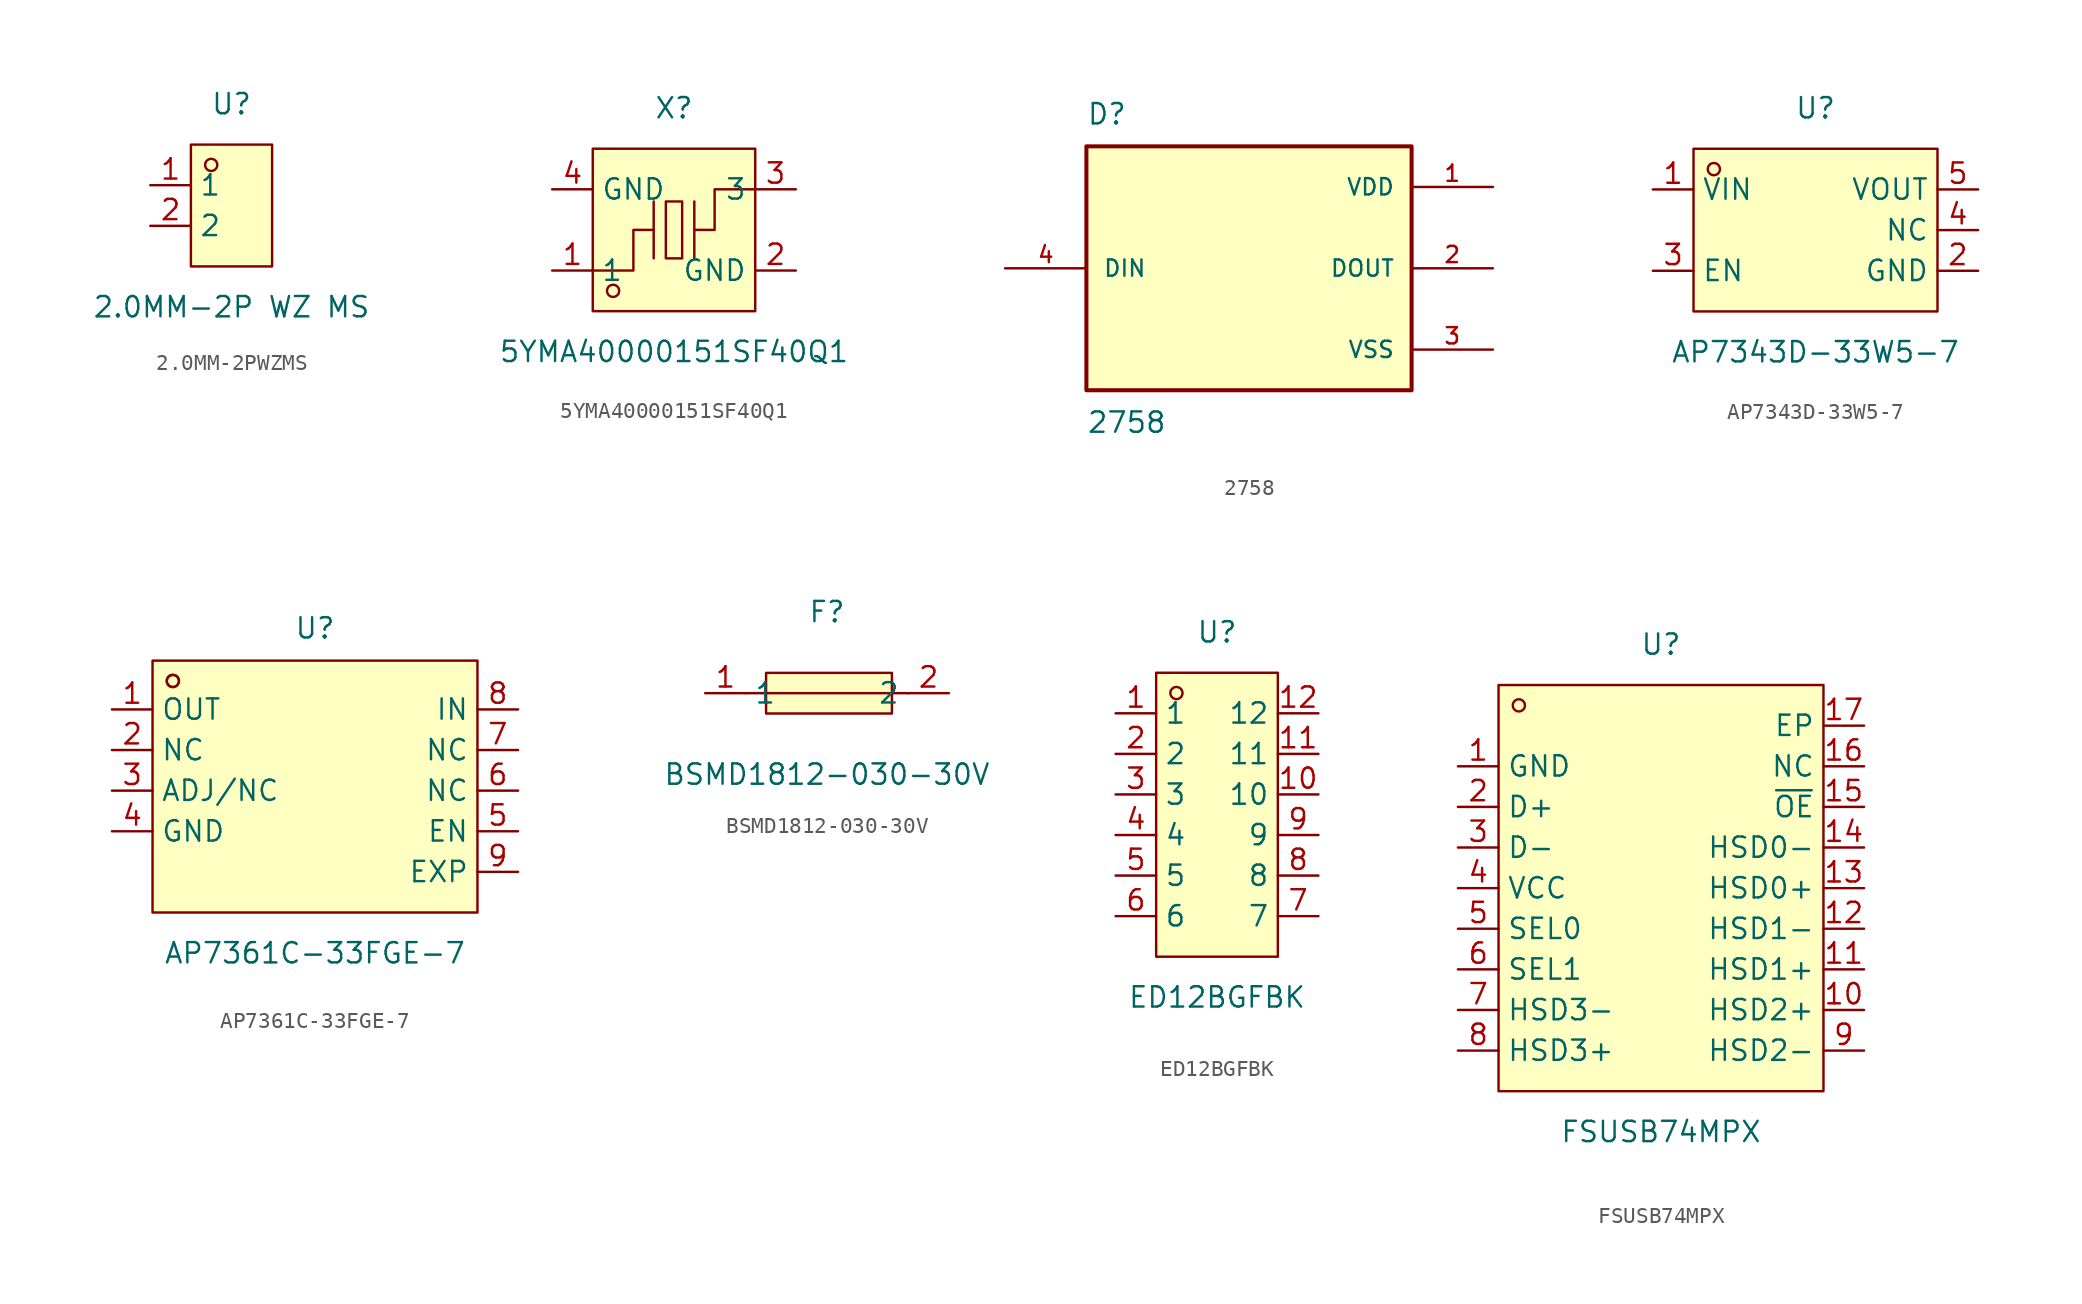
<source format=kicad_sym>
(kicad_symbol_lib
  (version 20220914)
  (generator https://github.com/uPesy/easyeda2kicad.py)
  (symbol "2.0MM-2PWZMS"
    (property "Reference" "U"
      (at 0 6.35 0)
      (effects (font (size 1.27 1.27))))
    (property "Value" "2.0MM-2P WZ MS"
      (at 0 -6.35 0)
      (effects (font (size 1.27 1.27))))
    (symbol "2.0MM-2PWZMS_0_1"
      (rectangle (start -2.54 3.81) (end 2.54 -3.81) (stroke (width 0) (type default)) (fill (type background)))
      (circle (center -1.27 2.54) (radius 0.38) (stroke (width 0) (type default)) (fill (type none)))
      (pin unspecified line (at -5.08 1.27 0) (length 2.54) (name "1" (effects (font (size 1.27 1.27)))) (number "1" (effects (font (size 1.27 1.27)))))
      (pin unspecified line (at -5.08 -1.27 0) (length 2.54) (name "2" (effects (font (size 1.27 1.27)))) (number "2" (effects (font (size 1.27 1.27)))))))
  (symbol "5YMA40000151SF40Q1"
    (property "Reference" "X"
      (at 0 7.62 0)
      (effects (font (size 1.27 1.27))))
    (property "Value" "5YMA40000151SF40Q1"
      (at 0 -7.62 0)
      (effects (font (size 1.27 1.27))))
    (symbol "5YMA40000151SF40Q1_0_1"
      (rectangle (start -5.08 5.08) (end 5.08 -5.08) (stroke (width 0) (type default)) (fill (type background)))
      (circle (center -3.81 -3.81) (radius 0.38) (stroke (width 0) (type default)) (fill (type none)))
      (rectangle (start -0.51 1.78) (end 0.51 -1.78) (stroke (width 0) (type default)) (fill (type background)))
      (polyline (pts (xy -1.27 -1.78) (xy -1.27 1.78)) (stroke (width 0) (type default)) (fill (type none)))
      (polyline (pts (xy 1.27 -1.78) (xy 1.27 1.78)) (stroke (width 0) (type default)) (fill (type none)))
      (polyline (pts (xy -5.08 -2.54) (xy -2.54 -2.54) (xy -2.54 0) (xy -1.27 0)) (stroke (width 0) (type default)) (fill (type none)))
      (polyline (pts (xy 5.08 2.54) (xy 2.54 2.54) (xy 2.54 0) (xy 1.27 0)) (stroke (width 0) (type default)) (fill (type none)))
      (pin input line (at -7.62 -2.54 0) (length 2.54) (name "1" (effects (font (size 1.27 1.27)))) (number "1" (effects (font (size 1.27 1.27)))))
      (pin input line (at 7.62 -2.54 180) (length 2.54) (name "GND" (effects (font (size 1.27 1.27)))) (number "2" (effects (font (size 1.27 1.27)))))
      (pin input line (at 7.62 2.54 180) (length 2.54) (name "3" (effects (font (size 1.27 1.27)))) (number "3" (effects (font (size 1.27 1.27)))))
      (pin input line (at -7.62 2.54 0) (length 2.54) (name "GND" (effects (font (size 1.27 1.27)))) (number "4" (effects (font (size 1.27 1.27)))))))
  (symbol "2758"
    (pin_names
      (offset 1.016))
    (property "Reference" "D"
      (at -10.162 8.892 0)
      (effects (font (size 1.27 1.27)) (justify left bottom)))
    (property "Value" "2758"
      (at -10.16 -8.89 0)
      (effects (font (size 1.27 1.27)) (justify left top)))
    (symbol "2758_0_0"
      (rectangle (start -10.16 -7.62) (end 10.16 7.62) (stroke (width 0.254) (type default)) (fill (type background)))
      (pin power_in line (at 15.24 5.08 180) (length 5.08) (name "VDD" (effects (font (size 1.016 1.016)))) (number "1" (effects (font (size 1.016 1.016)))))
      (pin output line (at 15.24 0 180) (length 5.08) (name "DOUT" (effects (font (size 1.016 1.016)))) (number "2" (effects (font (size 1.016 1.016)))))
      (pin power_in line (at 15.24 -5.08 180) (length 5.08) (name "VSS" (effects (font (size 1.016 1.016)))) (number "3" (effects (font (size 1.016 1.016)))))
      (pin input line (at -15.24 0 0) (length 5.08) (name "DIN" (effects (font (size 1.016 1.016)))) (number "4" (effects (font (size 1.016 1.016)))))))
  (symbol "AP7343D-33W5-7"
    (property "Reference" "U"
      (at 0 7.62 0)
      (effects (font (size 1.27 1.27))))
    (property "Value" "AP7343D-33W5-7"
      (at 0 -7.62 0)
      (effects (font (size 1.27 1.27))))
    (symbol "AP7343D-33W5-7_0_1"
      (rectangle (start -7.62 5.08) (end 7.62 -5.08) (stroke (width 0) (type default)) (fill (type background)))
      (circle (center -6.35 3.81) (radius 0.38) (stroke (width 0) (type default)) (fill (type none)))
      (pin unspecified line (at -10.16 2.54 0) (length 2.54) (name "VIN" (effects (font (size 1.27 1.27)))) (number "1" (effects (font (size 1.27 1.27)))))
      (pin unspecified line (at 10.16 -2.54 180) (length 2.54) (name "GND" (effects (font (size 1.27 1.27)))) (number "2" (effects (font (size 1.27 1.27)))))
      (pin unspecified line (at -10.16 -2.54 0) (length 2.54) (name "EN" (effects (font (size 1.27 1.27)))) (number "3" (effects (font (size 1.27 1.27)))))
      (pin unspecified line (at 10.16 0 180) (length 2.54) (name "NC" (effects (font (size 1.27 1.27)))) (number "4" (effects (font (size 1.27 1.27)))))
      (pin unspecified line (at 10.16 2.54 180) (length 2.54) (name "VOUT" (effects (font (size 1.27 1.27)))) (number "5" (effects (font (size 1.27 1.27)))))))
  (symbol "AP7361C-33FGE-7"
    (property "Reference" "U"
      (at 0 10.16 0)
      (effects (font (size 1.27 1.27))))
    (property "Value" "AP7361C-33FGE-7"
      (at 0 -10.16 0)
      (effects (font (size 1.27 1.27))))
    (symbol "AP7361C-33FGE-7_0_1"
      (rectangle (start -10.16 8.13) (end 10.16 -7.62) (stroke (width 0) (type default)) (fill (type background)))
      (circle (center -8.89 6.86) (radius 0.38) (stroke (width 0) (type default)) (fill (type none)))
      (circle (center -8.89 6.86) (radius 0.38) (stroke (width 0) (type default)) (fill (type none)))
      (pin unspecified line (at -12.7 5.08 0) (length 2.54) (name "OUT" (effects (font (size 1.27 1.27)))) (number "1" (effects (font (size 1.27 1.27)))))
      (pin unspecified line (at -12.7 2.54 0) (length 2.54) (name "NC" (effects (font (size 1.27 1.27)))) (number "2" (effects (font (size 1.27 1.27)))))
      (pin unspecified line (at -12.7 0 0) (length 2.54) (name "ADJ/NC" (effects (font (size 1.27 1.27)))) (number "3" (effects (font (size 1.27 1.27)))))
      (pin unspecified line (at -12.7 -2.54 0) (length 2.54) (name "GND" (effects (font (size 1.27 1.27)))) (number "4" (effects (font (size 1.27 1.27)))))
      (pin unspecified line (at 12.7 -2.54 180) (length 2.54) (name "EN" (effects (font (size 1.27 1.27)))) (number "5" (effects (font (size 1.27 1.27)))))
      (pin unspecified line (at 12.7 0 180) (length 2.54) (name "NC" (effects (font (size 1.27 1.27)))) (number "6" (effects (font (size 1.27 1.27)))))
      (pin unspecified line (at 12.7 2.54 180) (length 2.54) (name "NC" (effects (font (size 1.27 1.27)))) (number "7" (effects (font (size 1.27 1.27)))))
      (pin unspecified line (at 12.7 5.08 180) (length 2.54) (name "IN" (effects (font (size 1.27 1.27)))) (number "8" (effects (font (size 1.27 1.27)))))
      (pin unspecified line (at 12.7 -5.08 180) (length 2.54) (name "EXP" (effects (font (size 1.27 1.27)))) (number "9" (effects (font (size 1.27 1.27)))))))
  (symbol "BSMD1812-030-30V"
    (property "Reference" "F"
      (at 0 5.08 0)
      (effects (font (size 1.27 1.27))))
    (property "Value" "BSMD1812-030-30V"
      (at 0 -5.08 0)
      (effects (font (size 1.27 1.27))))
    (symbol "BSMD1812-030-30V_0_1"
      (rectangle (start -3.81 1.27) (end 4.06 -1.27) (stroke (width 0) (type default)) (fill (type background)))
      (polyline (pts (xy -5.08 0) (xy 5.08 0)) (stroke (width 0) (type default)) (fill (type none)))
      (pin unspecified line (at -7.62 0 0) (length 2.54) (name "1" (effects (font (size 1.27 1.27)))) (number "1" (effects (font (size 1.27 1.27)))))
      (pin unspecified line (at 7.62 0 180) (length 2.54) (name "2" (effects (font (size 1.27 1.27)))) (number "2" (effects (font (size 1.27 1.27)))))))
  (symbol "ED12BGFBK"
    (property "Reference" "U"
      (at 0 11.43 0)
      (effects (font (size 1.27 1.27))))
    (property "Value" "ED12BGFBK"
      (at 0 -11.43 0)
      (effects (font (size 1.27 1.27))))
    (symbol "ED12BGFBK_0_1"
      (rectangle (start -3.81 8.89) (end 3.81 -8.89) (stroke (width 0) (type default)) (fill (type background)))
      (circle (center -2.54 7.62) (radius 0.38) (stroke (width 0) (type default)) (fill (type none)))
      (pin unspecified line (at -6.35 6.35 0) (length 2.54) (name "1" (effects (font (size 1.27 1.27)))) (number "1" (effects (font (size 1.27 1.27)))))
      (pin unspecified line (at 6.35 1.27 180) (length 2.54) (name "10" (effects (font (size 1.27 1.27)))) (number "10" (effects (font (size 1.27 1.27)))))
      (pin unspecified line (at 6.35 3.81 180) (length 2.54) (name "11" (effects (font (size 1.27 1.27)))) (number "11" (effects (font (size 1.27 1.27)))))
      (pin unspecified line (at 6.35 6.35 180) (length 2.54) (name "12" (effects (font (size 1.27 1.27)))) (number "12" (effects (font (size 1.27 1.27)))))
      (pin unspecified line (at -6.35 3.81 0) (length 2.54) (name "2" (effects (font (size 1.27 1.27)))) (number "2" (effects (font (size 1.27 1.27)))))
      (pin unspecified line (at -6.35 1.27 0) (length 2.54) (name "3" (effects (font (size 1.27 1.27)))) (number "3" (effects (font (size 1.27 1.27)))))
      (pin unspecified line (at -6.35 -1.27 0) (length 2.54) (name "4" (effects (font (size 1.27 1.27)))) (number "4" (effects (font (size 1.27 1.27)))))
      (pin unspecified line (at -6.35 -3.81 0) (length 2.54) (name "5" (effects (font (size 1.27 1.27)))) (number "5" (effects (font (size 1.27 1.27)))))
      (pin unspecified line (at -6.35 -6.35 0) (length 2.54) (name "6" (effects (font (size 1.27 1.27)))) (number "6" (effects (font (size 1.27 1.27)))))
      (pin unspecified line (at 6.35 -6.35 180) (length 2.54) (name "7" (effects (font (size 1.27 1.27)))) (number "7" (effects (font (size 1.27 1.27)))))
      (pin unspecified line (at 6.35 -3.81 180) (length 2.54) (name "8" (effects (font (size 1.27 1.27)))) (number "8" (effects (font (size 1.27 1.27)))))
      (pin unspecified line (at 6.35 -1.27 180) (length 2.54) (name "9" (effects (font (size 1.27 1.27)))) (number "9" (effects (font (size 1.27 1.27)))))))
  (symbol "FSUSB74MPX"
    (property "Reference" "U"
      (at 0 15.24 0)
      (effects (font (size 1.27 1.27))))
    (property "Value" "FSUSB74MPX"
      (at 0 -15.24 0)
      (effects (font (size 1.27 1.27))))
    (symbol "FSUSB74MPX_0_1"
      (rectangle (start -10.16 12.7) (end 10.16 -12.7) (stroke (width 0) (type default)) (fill (type background)))
      (circle (center -8.89 11.43) (radius 0.38) (stroke (width 0) (type default)) (fill (type none)))
      (pin unspecified line (at -12.7 7.62 0) (length 2.54) (name "GND" (effects (font (size 1.27 1.27)))) (number "1" (effects (font (size 1.27 1.27)))))
      (pin unspecified line (at 12.7 -7.62 180) (length 2.54) (name "HSD2+" (effects (font (size 1.27 1.27)))) (number "10" (effects (font (size 1.27 1.27)))))
      (pin unspecified line (at 12.7 -5.08 180) (length 2.54) (name "HSD1+" (effects (font (size 1.27 1.27)))) (number "11" (effects (font (size 1.27 1.27)))))
      (pin unspecified line (at 12.7 -2.54 180) (length 2.54) (name "HSD1-" (effects (font (size 1.27 1.27)))) (number "12" (effects (font (size 1.27 1.27)))))
      (pin unspecified line (at 12.7 0 180) (length 2.54) (name "HSD0+" (effects (font (size 1.27 1.27)))) (number "13" (effects (font (size 1.27 1.27)))))
      (pin unspecified line (at 12.7 2.54 180) (length 2.54) (name "HSD0-" (effects (font (size 1.27 1.27)))) (number "14" (effects (font (size 1.27 1.27)))))
      (pin unspecified line (at 12.7 5.08 180) (length 2.54) (name "~{OE}" (effects (font (size 1.27 1.27)))) (number "15" (effects (font (size 1.27 1.27)))))
      (pin unspecified line (at 12.7 7.62 180) (length 2.54) (name "NC" (effects (font (size 1.27 1.27)))) (number "16" (effects (font (size 1.27 1.27)))))
      (pin unspecified line (at 12.7 10.16 180) (length 2.54) (name "EP" (effects (font (size 1.27 1.27)))) (number "17" (effects (font (size 1.27 1.27)))))
      (pin unspecified line (at -12.7 5.08 0) (length 2.54) (name "D+" (effects (font (size 1.27 1.27)))) (number "2" (effects (font (size 1.27 1.27)))))
      (pin unspecified line (at -12.7 2.54 0) (length 2.54) (name "D-" (effects (font (size 1.27 1.27)))) (number "3" (effects (font (size 1.27 1.27)))))
      (pin unspecified line (at -12.7 0 0) (length 2.54) (name "VCC" (effects (font (size 1.27 1.27)))) (number "4" (effects (font (size 1.27 1.27)))))
      (pin unspecified line (at -12.7 -2.54 0) (length 2.54) (name "SEL0" (effects (font (size 1.27 1.27)))) (number "5" (effects (font (size 1.27 1.27)))))
      (pin unspecified line (at -12.7 -5.08 0) (length 2.54) (name "SEL1" (effects (font (size 1.27 1.27)))) (number "6" (effects (font (size 1.27 1.27)))))
      (pin unspecified line (at -12.7 -7.62 0) (length 2.54) (name "HSD3-" (effects (font (size 1.27 1.27)))) (number "7" (effects (font (size 1.27 1.27)))))
      (pin unspecified line (at -12.7 -10.16 0) (length 2.54) (name "HSD3+" (effects (font (size 1.27 1.27)))) (number "8" (effects (font (size 1.27 1.27)))))
      (pin unspecified line (at 12.7 -10.16 180) (length 2.54) (name "HSD2-" (effects (font (size 1.27 1.27)))) (number "9" (effects (font (size 1.27 1.27))))))))
</source>
